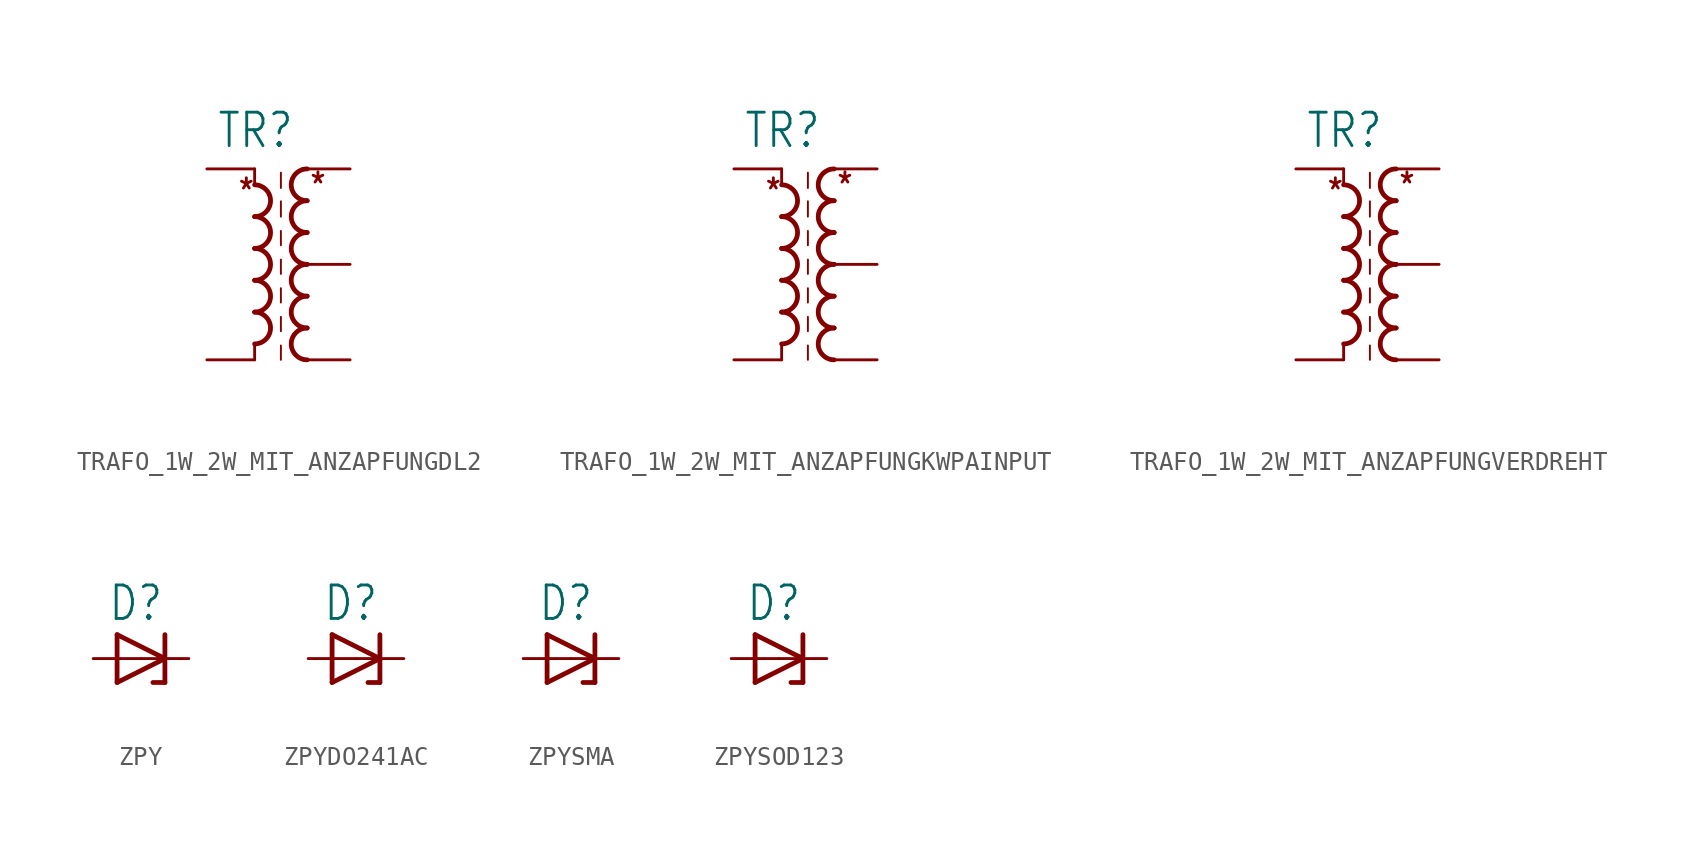
<source format=kicad_sym>
(kicad_symbol_lib
  (version 20231120)
  (generator "kicad_symbol_editor")
  (generator_version "8.0")
  (symbol "TRAFO_1W_2W_MIT_ANZAPFUNGDL2"
    (property "Reference" "TR"
      (at -4.572 6.096 0)
      (effects (font (size 1.778 1.511)) (justify left bottom)))
    (property "Value" ""
      (at -4.572 -7.874 0)
      (effects (font (size 1.778 1.511)) (justify left bottom)))
    (property "ki_locked" ""
      (at 0 0 0)
      (effects (font (size 1.27 1.27))))
    (symbol "TRAFO_1W_2W_MIT_ANZAPFUNGDL2_1_0"
      (arc (start -2.54 -4.2334) (mid -1.6933 -3.3867) (end -2.54 -2.54) (stroke (width 0.254) (type solid)) (fill (type none)))
      (arc (start -2.54 -2.54) (mid -1.6933 -1.6933) (end -2.54 -0.8466) (stroke (width 0.254) (type solid)) (fill (type none)))
      (arc (start -2.54 -0.8466) (mid -1.6934 0) (end -2.54 0.8466) (stroke (width 0.254) (type solid)) (fill (type none)))
      (arc (start -2.54 0.8466) (mid -1.6933 1.6933) (end -2.54 2.54) (stroke (width 0.254) (type solid)) (fill (type none)))
      (arc (start -2.54 2.54) (mid -1.6933 3.3867) (end -2.54 4.2334) (stroke (width 0.254) (type solid)) (fill (type none)))
      (polyline (pts (xy -2.54 -4.318) (xy -2.54 -5.08)) (stroke (width 0.152) (type solid)) (fill (type none)))
      (polyline (pts (xy -2.54 5.08) (xy -2.54 4.318)) (stroke (width 0.152) (type solid)) (fill (type none)))
      (polyline (pts (xy -1.143 -5.08) (xy -1.143 -4.318)) (stroke (width 0.102) (type solid)) (fill (type none)))
      (polyline (pts (xy -1.143 -3.556) (xy -1.143 -2.794)) (stroke (width 0.102) (type solid)) (fill (type none)))
      (polyline (pts (xy -1.143 -2.032) (xy -1.143 -1.27)) (stroke (width 0.102) (type solid)) (fill (type none)))
      (polyline (pts (xy -1.143 -0.508) (xy -1.143 0.254)) (stroke (width 0.102) (type solid)) (fill (type none)))
      (polyline (pts (xy -1.143 1.016) (xy -1.143 1.778)) (stroke (width 0.102) (type solid)) (fill (type none)))
      (polyline (pts (xy -1.143 2.54) (xy -1.143 3.356)) (stroke (width 0.102) (type solid)) (fill (type none)))
      (polyline (pts (xy -1.143 4.064) (xy -1.143 4.88)) (stroke (width 0.102) (type solid)) (fill (type none)))
      (arc (start 0.254 -3.3866) (mid -0.5927 -4.2333) (end 0.254 -5.08) (stroke (width 0.254) (type solid)) (fill (type none)))
      (arc (start 0.254 -1.6934) (mid -0.5926 -2.54) (end 0.254 -3.3866) (stroke (width 0.254) (type solid)) (fill (type none)))
      (arc (start 0.254 0) (mid -0.5927 -0.8467) (end 0.254 -1.6934) (stroke (width 0.254) (type solid)) (fill (type none)))
      (arc (start 0.254 1.6934) (mid -0.5927 0.8467) (end 0.254 0) (stroke (width 0.254) (type solid)) (fill (type none)))
      (arc (start 0.254 3.3866) (mid -0.5927 2.5399) (end 0.254 1.6932) (stroke (width 0.254) (type solid)) (fill (type none)))
      (arc (start 0.254 5.08) (mid -0.5927 4.2333) (end 0.254 3.3866) (stroke (width 0.254) (type solid)) (fill (type none)))
      (text "*" (at -3.493 3.175 0) (effects (font (size 1.27 1.079)) (justify left bottom)))
      (text "*" (at 0.318 3.493 0) (effects (font (size 1.27 1.079)) (justify left bottom)))
      (pin passive line (at -5.08 5.08 0) (length 2.54) (name "P1" (effects (font (size 0 0)))) (number "P1" (effects (font (size 0 0)))))
      (pin passive line (at -5.08 -5.08 0) (length 2.54) (name "P2" (effects (font (size 0 0)))) (number "P2" (effects (font (size 0 0)))))
      (pin passive line (at 2.54 5.08 180) (length 2.54) (name "S1" (effects (font (size 0 0)))) (number "S1" (effects (font (size 0 0)))))
      (pin passive line (at 2.54 -5.08 180) (length 2.54) (name "S2" (effects (font (size 0 0)))) (number "S2" (effects (font (size 0 0)))))
      (pin passive line (at 2.54 0 180) (length 2.54) (name "SM" (effects (font (size 0 0)))) (number "SM" (effects (font (size 0 0)))))))
  (symbol "TRAFO_1W_2W_MIT_ANZAPFUNGKWPAINPUT"
    (property "Reference" "TR"
      (at -4.572 6.096 0)
      (effects (font (size 1.778 1.511)) (justify left bottom)))
    (property "Value" ""
      (at -4.572 -7.874 0)
      (effects (font (size 1.778 1.511)) (justify left bottom)))
    (property "ki_locked" ""
      (at 0 0 0)
      (effects (font (size 1.27 1.27))))
    (symbol "TRAFO_1W_2W_MIT_ANZAPFUNGKWPAINPUT_1_0"
      (arc (start -2.54 -4.2334) (mid -1.6933 -3.3867) (end -2.54 -2.54) (stroke (width 0.254) (type solid)) (fill (type none)))
      (arc (start -2.54 -2.54) (mid -1.6933 -1.6933) (end -2.54 -0.8466) (stroke (width 0.254) (type solid)) (fill (type none)))
      (arc (start -2.54 -0.8466) (mid -1.6934 0) (end -2.54 0.8466) (stroke (width 0.254) (type solid)) (fill (type none)))
      (arc (start -2.54 0.8466) (mid -1.6933 1.6933) (end -2.54 2.54) (stroke (width 0.254) (type solid)) (fill (type none)))
      (arc (start -2.54 2.54) (mid -1.6933 3.3867) (end -2.54 4.2334) (stroke (width 0.254) (type solid)) (fill (type none)))
      (polyline (pts (xy -2.54 -4.318) (xy -2.54 -5.08)) (stroke (width 0.152) (type solid)) (fill (type none)))
      (polyline (pts (xy -2.54 5.08) (xy -2.54 4.318)) (stroke (width 0.152) (type solid)) (fill (type none)))
      (polyline (pts (xy -1.143 -5.08) (xy -1.143 -4.318)) (stroke (width 0.102) (type solid)) (fill (type none)))
      (polyline (pts (xy -1.143 -3.556) (xy -1.143 -2.794)) (stroke (width 0.102) (type solid)) (fill (type none)))
      (polyline (pts (xy -1.143 -2.032) (xy -1.143 -1.27)) (stroke (width 0.102) (type solid)) (fill (type none)))
      (polyline (pts (xy -1.143 -0.508) (xy -1.143 0.254)) (stroke (width 0.102) (type solid)) (fill (type none)))
      (polyline (pts (xy -1.143 1.016) (xy -1.143 1.778)) (stroke (width 0.102) (type solid)) (fill (type none)))
      (polyline (pts (xy -1.143 2.54) (xy -1.143 3.356)) (stroke (width 0.102) (type solid)) (fill (type none)))
      (polyline (pts (xy -1.143 4.064) (xy -1.143 4.88)) (stroke (width 0.102) (type solid)) (fill (type none)))
      (arc (start 0.254 -3.3866) (mid -0.5927 -4.2333) (end 0.254 -5.08) (stroke (width 0.254) (type solid)) (fill (type none)))
      (arc (start 0.254 -1.6934) (mid -0.5926 -2.54) (end 0.254 -3.3866) (stroke (width 0.254) (type solid)) (fill (type none)))
      (arc (start 0.254 0) (mid -0.5927 -0.8467) (end 0.254 -1.6934) (stroke (width 0.254) (type solid)) (fill (type none)))
      (arc (start 0.254 1.6934) (mid -0.5927 0.8467) (end 0.254 0) (stroke (width 0.254) (type solid)) (fill (type none)))
      (arc (start 0.254 3.3866) (mid -0.5927 2.5399) (end 0.254 1.6932) (stroke (width 0.254) (type solid)) (fill (type none)))
      (arc (start 0.254 5.08) (mid -0.5927 4.2333) (end 0.254 3.3866) (stroke (width 0.254) (type solid)) (fill (type none)))
      (text "*" (at -3.493 3.175 0) (effects (font (size 1.27 1.079)) (justify left bottom)))
      (text "*" (at 0.318 3.493 0) (effects (font (size 1.27 1.079)) (justify left bottom)))
      (pin passive line (at 2.54 0 180) (length 2.54) (name "SM" (effects (font (size 0 0)))) (number "COM" (effects (font (size 0 0)))))
      (pin passive line (at -5.08 5.08 0) (length 2.54) (name "P1" (effects (font (size 0 0)))) (number "GND" (effects (font (size 0 0)))))
      (pin passive line (at -5.08 -5.08 0) (length 2.54) (name "P2" (effects (font (size 0 0)))) (number "IN" (effects (font (size 0 0)))))
      (pin passive line (at 2.54 5.08 180) (length 2.54) (name "S1" (effects (font (size 0 0)))) (number "OUT1" (effects (font (size 0 0)))))
      (pin passive line (at 2.54 -5.08 180) (length 2.54) (name "S2" (effects (font (size 0 0)))) (number "OUT2" (effects (font (size 0 0)))))))
  (symbol "TRAFO_1W_2W_MIT_ANZAPFUNGVERDREHT"
    (property "Reference" "TR"
      (at -4.572 6.096 0)
      (effects (font (size 1.778 1.511)) (justify left bottom)))
    (property "Value" ""
      (at -4.572 -7.874 0)
      (effects (font (size 1.778 1.511)) (justify left bottom)))
    (property "ki_locked" ""
      (at 0 0 0)
      (effects (font (size 1.27 1.27))))
    (symbol "TRAFO_1W_2W_MIT_ANZAPFUNGVERDREHT_1_0"
      (arc (start -2.54 -4.2334) (mid -1.6933 -3.3867) (end -2.54 -2.54) (stroke (width 0.254) (type solid)) (fill (type none)))
      (arc (start -2.54 -2.54) (mid -1.6933 -1.6933) (end -2.54 -0.8466) (stroke (width 0.254) (type solid)) (fill (type none)))
      (arc (start -2.54 -0.8466) (mid -1.6934 0) (end -2.54 0.8466) (stroke (width 0.254) (type solid)) (fill (type none)))
      (arc (start -2.54 0.8466) (mid -1.6933 1.6933) (end -2.54 2.54) (stroke (width 0.254) (type solid)) (fill (type none)))
      (arc (start -2.54 2.54) (mid -1.6933 3.3867) (end -2.54 4.2334) (stroke (width 0.254) (type solid)) (fill (type none)))
      (polyline (pts (xy -2.54 -4.318) (xy -2.54 -5.08)) (stroke (width 0.152) (type solid)) (fill (type none)))
      (polyline (pts (xy -2.54 5.08) (xy -2.54 4.318)) (stroke (width 0.152) (type solid)) (fill (type none)))
      (polyline (pts (xy -1.143 -5.08) (xy -1.143 -4.318)) (stroke (width 0.102) (type solid)) (fill (type none)))
      (polyline (pts (xy -1.143 -3.556) (xy -1.143 -2.794)) (stroke (width 0.102) (type solid)) (fill (type none)))
      (polyline (pts (xy -1.143 -2.032) (xy -1.143 -1.27)) (stroke (width 0.102) (type solid)) (fill (type none)))
      (polyline (pts (xy -1.143 -0.508) (xy -1.143 0.254)) (stroke (width 0.102) (type solid)) (fill (type none)))
      (polyline (pts (xy -1.143 1.016) (xy -1.143 1.778)) (stroke (width 0.102) (type solid)) (fill (type none)))
      (polyline (pts (xy -1.143 2.54) (xy -1.143 3.356)) (stroke (width 0.102) (type solid)) (fill (type none)))
      (polyline (pts (xy -1.143 4.064) (xy -1.143 4.88)) (stroke (width 0.102) (type solid)) (fill (type none)))
      (arc (start 0.254 -3.3866) (mid -0.5927 -4.2333) (end 0.254 -5.08) (stroke (width 0.254) (type solid)) (fill (type none)))
      (arc (start 0.254 -1.6934) (mid -0.5926 -2.54) (end 0.254 -3.3866) (stroke (width 0.254) (type solid)) (fill (type none)))
      (arc (start 0.254 0) (mid -0.5927 -0.8467) (end 0.254 -1.6934) (stroke (width 0.254) (type solid)) (fill (type none)))
      (arc (start 0.254 1.6934) (mid -0.5927 0.8467) (end 0.254 0) (stroke (width 0.254) (type solid)) (fill (type none)))
      (arc (start 0.254 3.3866) (mid -0.5927 2.5399) (end 0.254 1.6932) (stroke (width 0.254) (type solid)) (fill (type none)))
      (arc (start 0.254 5.08) (mid -0.5927 4.2333) (end 0.254 3.3866) (stroke (width 0.254) (type solid)) (fill (type none)))
      (text "*" (at -3.493 3.175 0) (effects (font (size 1.27 1.079)) (justify left bottom)))
      (text "*" (at 0.318 3.493 0) (effects (font (size 1.27 1.079)) (justify left bottom)))
      (pin passive line (at 2.54 5.08 180) (length 2.54) (name "S1" (effects (font (size 0 0)))) (number "P1" (effects (font (size 0 0)))))
      (pin passive line (at 2.54 -5.08 180) (length 2.54) (name "S2" (effects (font (size 0 0)))) (number "P2" (effects (font (size 0 0)))))
      (pin passive line (at -5.08 5.08 0) (length 2.54) (name "P1" (effects (font (size 0 0)))) (number "S1" (effects (font (size 0 0)))))
      (pin passive line (at -5.08 -5.08 0) (length 2.54) (name "P2" (effects (font (size 0 0)))) (number "S2" (effects (font (size 0 0)))))
      (pin passive line (at 2.54 0 180) (length 2.54) (name "SM" (effects (font (size 0 0)))) (number "SM" (effects (font (size 0 0)))))))
  (symbol "ZPY"
    (property "Reference" "D"
      (at -1.778 1.905 0)
      (effects (font (size 1.778 1.511)) (justify left bottom)))
    (property "Value" ""
      (at -1.778 -3.429 0)
      (effects (font (size 1.778 1.511)) (justify left bottom)))
    (property "ki_locked" ""
      (at 0 0 0)
      (effects (font (size 1.27 1.27))))
    (symbol "ZPY_1_0"
      (polyline (pts (xy -1.27 -1.27) (xy 1.27 0)) (stroke (width 0.254) (type solid)) (fill (type none)))
      (polyline (pts (xy -1.27 1.27) (xy -1.27 -1.27)) (stroke (width 0.254) (type solid)) (fill (type none)))
      (polyline (pts (xy 1.27 -1.27) (xy 0.635 -1.27)) (stroke (width 0.254) (type solid)) (fill (type none)))
      (polyline (pts (xy 1.27 0) (xy -1.27 1.27)) (stroke (width 0.254) (type solid)) (fill (type none)))
      (polyline (pts (xy 1.27 0) (xy 1.27 -1.27)) (stroke (width 0.254) (type solid)) (fill (type none)))
      (polyline (pts (xy 1.27 1.27) (xy 1.27 0)) (stroke (width 0.254) (type solid)) (fill (type none)))
      (pin passive line (at -2.54 0 0) (length 2.54) (name "A" (effects (font (size 0 0)))) (number "A" (effects (font (size 0 0)))))
      (pin passive line (at 2.54 0 180) (length 2.54) (name "C" (effects (font (size 0 0)))) (number "C" (effects (font (size 0 0)))))))
  (symbol "ZPYDO241AC"
    (property "Reference" "D"
      (at -1.778 1.905 0)
      (effects (font (size 1.778 1.511)) (justify left bottom)))
    (property "Value" ""
      (at -1.778 -3.429 0)
      (effects (font (size 1.778 1.511)) (justify left bottom)))
    (property "ki_locked" ""
      (at 0 0 0)
      (effects (font (size 1.27 1.27))))
    (symbol "ZPYDO241AC_1_0"
      (polyline (pts (xy -1.27 -1.27) (xy 1.27 0)) (stroke (width 0.254) (type solid)) (fill (type none)))
      (polyline (pts (xy -1.27 1.27) (xy -1.27 -1.27)) (stroke (width 0.254) (type solid)) (fill (type none)))
      (polyline (pts (xy 1.27 -1.27) (xy 0.635 -1.27)) (stroke (width 0.254) (type solid)) (fill (type none)))
      (polyline (pts (xy 1.27 0) (xy -1.27 1.27)) (stroke (width 0.254) (type solid)) (fill (type none)))
      (polyline (pts (xy 1.27 0) (xy 1.27 -1.27)) (stroke (width 0.254) (type solid)) (fill (type none)))
      (polyline (pts (xy 1.27 1.27) (xy 1.27 0)) (stroke (width 0.254) (type solid)) (fill (type none)))
      (pin passive line (at -2.54 0 0) (length 2.54) (name "A" (effects (font (size 0 0)))) (number "A" (effects (font (size 0 0)))))
      (pin passive line (at 2.54 0 180) (length 2.54) (name "C" (effects (font (size 0 0)))) (number "K" (effects (font (size 0 0)))))))
  (symbol "ZPYSMA"
    (property "Reference" "D"
      (at -1.778 1.905 0)
      (effects (font (size 1.778 1.511)) (justify left bottom)))
    (property "Value" ""
      (at -1.778 -3.429 0)
      (effects (font (size 1.778 1.511)) (justify left bottom)))
    (property "ki_locked" ""
      (at 0 0 0)
      (effects (font (size 1.27 1.27))))
    (symbol "ZPYSMA_1_0"
      (polyline (pts (xy -1.27 -1.27) (xy 1.27 0)) (stroke (width 0.254) (type solid)) (fill (type none)))
      (polyline (pts (xy -1.27 1.27) (xy -1.27 -1.27)) (stroke (width 0.254) (type solid)) (fill (type none)))
      (polyline (pts (xy 1.27 -1.27) (xy 0.635 -1.27)) (stroke (width 0.254) (type solid)) (fill (type none)))
      (polyline (pts (xy 1.27 0) (xy -1.27 1.27)) (stroke (width 0.254) (type solid)) (fill (type none)))
      (polyline (pts (xy 1.27 0) (xy 1.27 -1.27)) (stroke (width 0.254) (type solid)) (fill (type none)))
      (polyline (pts (xy 1.27 1.27) (xy 1.27 0)) (stroke (width 0.254) (type solid)) (fill (type none)))
      (pin passive line (at -2.54 0 0) (length 2.54) (name "A" (effects (font (size 0 0)))) (number "A" (effects (font (size 0 0)))))
      (pin passive line (at 2.54 0 180) (length 2.54) (name "C" (effects (font (size 0 0)))) (number "C" (effects (font (size 0 0)))))))
  (symbol "ZPYSOD123"
    (property "Reference" "D"
      (at -1.778 1.905 0)
      (effects (font (size 1.778 1.511)) (justify left bottom)))
    (property "Value" ""
      (at -1.778 -3.429 0)
      (effects (font (size 1.778 1.511)) (justify left bottom)))
    (property "ki_locked" ""
      (at 0 0 0)
      (effects (font (size 1.27 1.27))))
    (symbol "ZPYSOD123_1_0"
      (polyline (pts (xy -1.27 -1.27) (xy 1.27 0)) (stroke (width 0.254) (type solid)) (fill (type none)))
      (polyline (pts (xy -1.27 1.27) (xy -1.27 -1.27)) (stroke (width 0.254) (type solid)) (fill (type none)))
      (polyline (pts (xy 1.27 -1.27) (xy 0.635 -1.27)) (stroke (width 0.254) (type solid)) (fill (type none)))
      (polyline (pts (xy 1.27 0) (xy -1.27 1.27)) (stroke (width 0.254) (type solid)) (fill (type none)))
      (polyline (pts (xy 1.27 0) (xy 1.27 -1.27)) (stroke (width 0.254) (type solid)) (fill (type none)))
      (polyline (pts (xy 1.27 1.27) (xy 1.27 0)) (stroke (width 0.254) (type solid)) (fill (type none)))
      (pin passive line (at -2.54 0 0) (length 2.54) (name "A" (effects (font (size 0 0)))) (number "A" (effects (font (size 0 0)))))
      (pin passive line (at 2.54 0 180) (length 2.54) (name "C" (effects (font (size 0 0)))) (number "C" (effects (font (size 0 0))))))))
</source>
